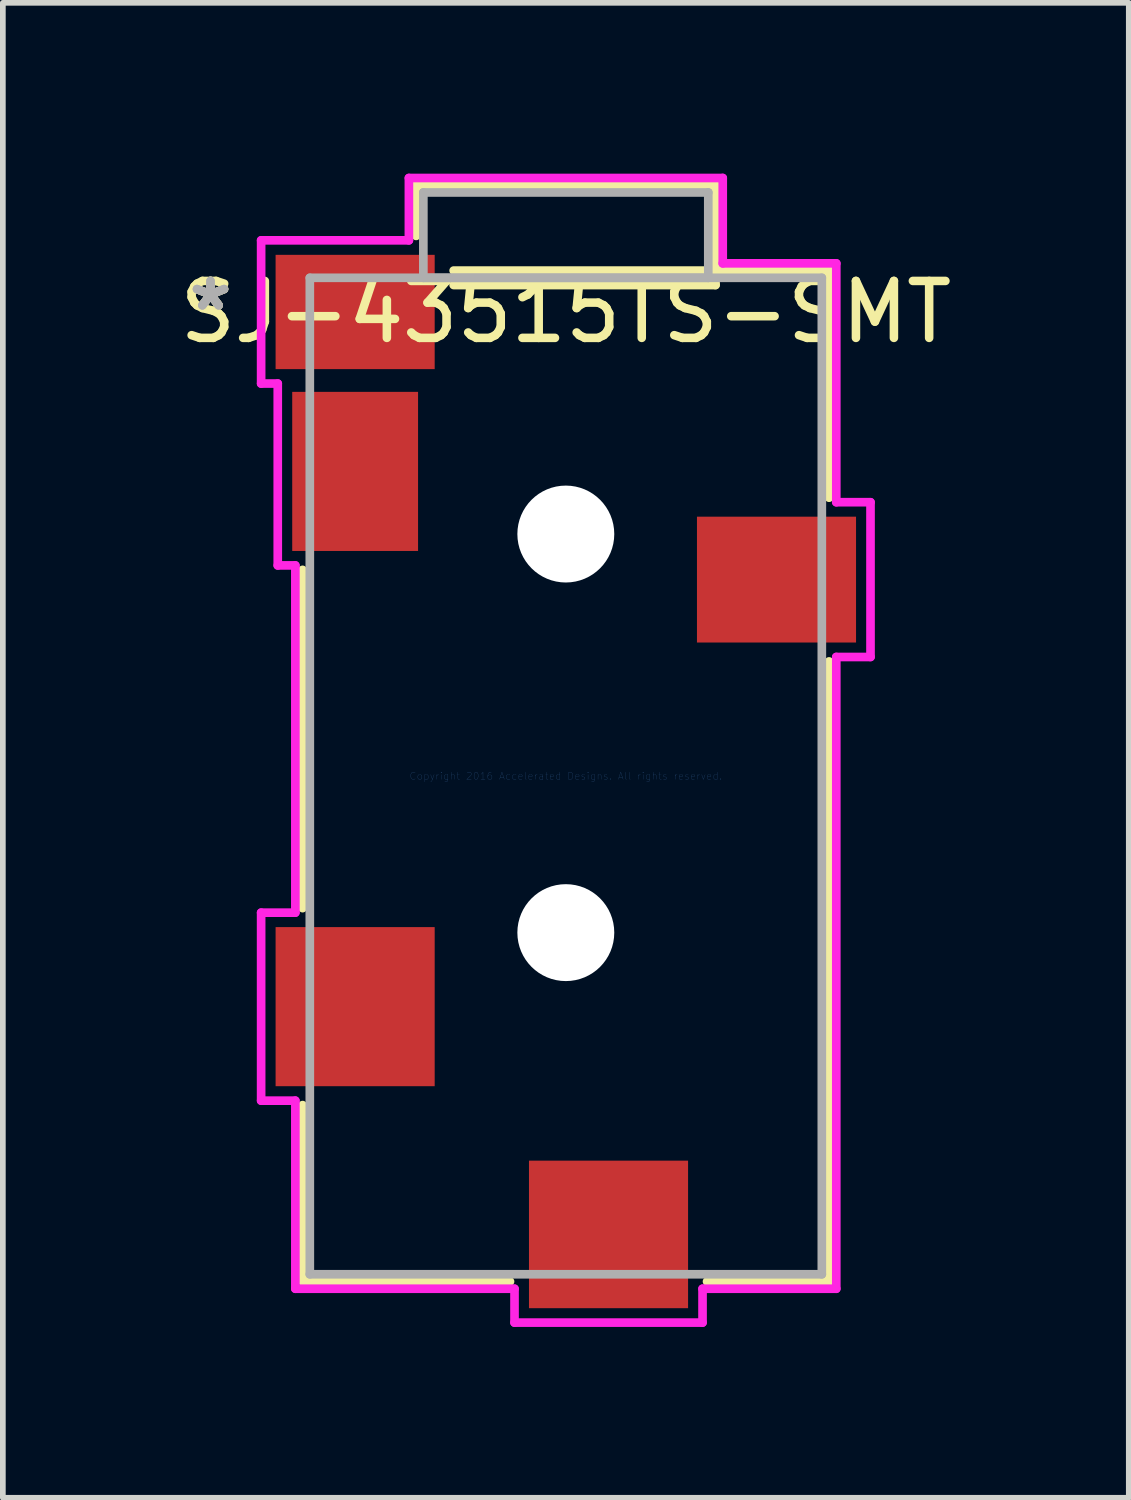
<source format=kicad_pcb>
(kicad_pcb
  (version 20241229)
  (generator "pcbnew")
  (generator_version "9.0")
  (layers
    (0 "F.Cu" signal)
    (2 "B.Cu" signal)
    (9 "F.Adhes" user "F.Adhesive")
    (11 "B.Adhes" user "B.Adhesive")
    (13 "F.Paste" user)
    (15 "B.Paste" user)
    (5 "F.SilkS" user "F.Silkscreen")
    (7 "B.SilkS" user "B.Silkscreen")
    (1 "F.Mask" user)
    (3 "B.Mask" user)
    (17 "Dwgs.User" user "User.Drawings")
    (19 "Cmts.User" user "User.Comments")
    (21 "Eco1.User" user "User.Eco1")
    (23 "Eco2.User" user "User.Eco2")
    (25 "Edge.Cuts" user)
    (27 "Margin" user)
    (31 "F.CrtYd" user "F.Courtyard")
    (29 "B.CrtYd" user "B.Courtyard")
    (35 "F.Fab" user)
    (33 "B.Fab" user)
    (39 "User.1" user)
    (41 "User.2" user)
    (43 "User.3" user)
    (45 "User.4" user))
  (footprint "SJ-43515TS-SMT"
    (layer "F.Cu")
    (at 6.887 10.579)
    (property "Reference" "SJ-43515TS-SMT" (at 0 -8.15 0) (layer "F.SilkS") (effects (font (size 1 1) (thickness 0.15))))
    (attr through_hole)
    (fp_line (start -4.623 -3.621) (end -4.623 2.32) (stroke (width 0.152) (type solid)) (layer "F.SilkS"))
    (fp_line (start -4.623 5.779) (end -4.623 8.877) (stroke (width 0.152) (type solid)) (layer "F.SilkS"))
    (fp_line (start -4.623 8.877) (end -0.98 8.877) (stroke (width 0.152) (type solid)) (layer "F.SilkS"))
    (fp_line (start -2.629 -10.376) (end -2.629 -9.486) (stroke (width 0.152) (type solid)) (layer "F.SilkS"))
    (fp_line (start -1.97 -8.623) (end 2.629 -8.623) (stroke (width 0.152) (type solid)) (layer "F.SilkS"))
    (fp_line (start 2.48 8.877) (end 4.623 8.877) (stroke (width 0.152) (type solid)) (layer "F.SilkS"))
    (fp_line (start 2.629 -10.376) (end -2.629 -10.376) (stroke (width 0.152) (type solid)) (layer "F.SilkS"))
    (fp_line (start 2.629 -8.623) (end 2.629 -10.376) (stroke (width 0.152) (type solid)) (layer "F.SilkS"))
    (fp_line (start 4.623 -8.877) (end -1.97 -8.877) (stroke (width 0.152) (type solid)) (layer "F.SilkS"))
    (fp_line (start 4.623 -4.888) (end 4.623 -8.877) (stroke (width 0.152) (type solid)) (layer "F.SilkS"))
    (fp_line (start 4.623 8.877) (end 4.623 -2.013) (stroke (width 0.152) (type solid)) (layer "F.SilkS"))
    (fp_line (start -5.351 -9.408) (end -5.351 -6.893) (stroke (width 0.152) (type solid)) (layer "F.CrtYd"))
    (fp_line (start -5.351 -6.893) (end -5.059 -6.893) (stroke (width 0.152) (type solid)) (layer "F.CrtYd"))
    (fp_line (start -5.351 2.399) (end -5.351 5.701) (stroke (width 0.152) (type solid)) (layer "F.CrtYd"))
    (fp_line (start -5.351 5.701) (end -4.75 5.701) (stroke (width 0.152) (type solid)) (layer "F.CrtYd"))
    (fp_line (start -5.059 -6.893) (end -5.059 -3.699) (stroke (width 0.152) (type solid)) (layer "F.CrtYd"))
    (fp_line (start -5.059 -3.699) (end -4.75 -3.699) (stroke (width 0.152) (type solid)) (layer "F.CrtYd"))
    (fp_line (start -4.75 -3.699) (end -4.75 2.399) (stroke (width 0.152) (type solid)) (layer "F.CrtYd"))
    (fp_line (start -4.75 2.399) (end -5.351 2.399) (stroke (width 0.152) (type solid)) (layer "F.CrtYd"))
    (fp_line (start -4.75 5.701) (end -4.75 9.004) (stroke (width 0.152) (type solid)) (layer "F.CrtYd"))
    (fp_line (start -4.75 9.004) (end -0.901 9.004) (stroke (width 0.152) (type solid)) (layer "F.CrtYd"))
    (fp_line (start -2.756 -10.503) (end -2.756 -9.408) (stroke (width 0.152) (type solid)) (layer "F.CrtYd"))
    (fp_line (start -2.756 -9.408) (end -5.351 -9.408) (stroke (width 0.152) (type solid)) (layer "F.CrtYd"))
    (fp_line (start -0.901 9.004) (end -0.901 9.599) (stroke (width 0.152) (type solid)) (layer "F.CrtYd"))
    (fp_line (start -0.901 9.599) (end 2.401 9.599) (stroke (width 0.152) (type solid)) (layer "F.CrtYd"))
    (fp_line (start 2.401 9.004) (end 4.75 9.004) (stroke (width 0.152) (type solid)) (layer "F.CrtYd"))
    (fp_line (start 2.401 9.599) (end 2.401 9.004) (stroke (width 0.152) (type solid)) (layer "F.CrtYd"))
    (fp_line (start 2.756 -10.503) (end -2.756 -10.503) (stroke (width 0.152) (type solid)) (layer "F.CrtYd"))
    (fp_line (start 2.756 -9.004) (end 2.756 -10.503) (stroke (width 0.152) (type solid)) (layer "F.CrtYd"))
    (fp_line (start 4.75 -9.004) (end 2.756 -9.004) (stroke (width 0.152) (type solid)) (layer "F.CrtYd"))
    (fp_line (start 4.75 -4.809) (end 4.75 -9.004) (stroke (width 0.152) (type solid)) (layer "F.CrtYd"))
    (fp_line (start 4.75 -2.091) (end 5.351 -2.091) (stroke (width 0.152) (type solid)) (layer "F.CrtYd"))
    (fp_line (start 4.75 9.004) (end 4.75 -2.091) (stroke (width 0.152) (type solid)) (layer "F.CrtYd"))
    (fp_line (start 5.351 -4.809) (end 4.75 -4.809) (stroke (width 0.152) (type solid)) (layer "F.CrtYd"))
    (fp_line (start 5.351 -2.091) (end 5.351 -4.809) (stroke (width 0.152) (type solid)) (layer "F.CrtYd"))
    (fp_line (start -4.496 -8.75) (end -4.496 8.75) (stroke (width 0.152) (type solid)) (layer "F.Fab"))
    (fp_line (start -4.496 8.75) (end 4.496 8.75) (stroke (width 0.152) (type solid)) (layer "F.Fab"))
    (fp_line (start -2.502 -10.249) (end -2.502 -8.75) (stroke (width 0.152) (type solid)) (layer "F.Fab"))
    (fp_line (start -2.502 -8.75) (end 2.502 -8.75) (stroke (width 0.152) (type solid)) (layer "F.Fab"))
    (fp_line (start 2.502 -10.249) (end -2.502 -10.249) (stroke (width 0.152) (type solid)) (layer "F.Fab"))
    (fp_line (start 2.502 -8.75) (end 2.502 -10.249) (stroke (width 0.152) (type solid)) (layer "F.Fab"))
    (fp_line (start 4.496 -8.75) (end -4.496 -8.75) (stroke (width 0.152) (type solid)) (layer "F.Fab"))
    (fp_line (start 4.496 8.75) (end 4.496 -8.75) (stroke (width 0.152) (type solid)) (layer "F.Fab"))
    (fp_text user "*" (at -6.24 -8.15 0) (layer "F.SilkS") (effects (font (size 1 1) (thickness 0.15))))
    (fp_text user "*" (at -6.24 -8.15 0) (layer "F.SilkS") (effects (font (size 1 1) (thickness 0.15))))
    (fp_text user "Copyright 2016 Accelerated Designs. All rights reserved." (at 0 0 0) (layer "Cmts.User") (effects (font (size 0.127 0.127) (thickness 0.002))))
    (fp_text user "*" (at -6.24 -8.15 0) (layer "F.Fab") (effects (font (size 1 1) (thickness 0.15))))
    (fp_text user "*" (at -6.24 -8.15 0) (layer "F.Fab") (effects (font (size 1 1) (thickness 0.15))))
    (pad "" np_thru_hole circle (at 0 -4.25) (size 1.702 1.702) (drill 1.702) (layers "*.Cu" "*.Mask"))
    (pad "" np_thru_hole circle (at 0 2.75) (size 1.702 1.702) (drill 1.702) (layers "*.Cu" "*.Mask"))
    (pad "1" smd rect (at -3.7 -8.15) (size 2.794 2.007) (layers "F.Cu" "F.Mask" "F.Paste"))
    (pad "2" smd rect (at -3.7 4.05) (size 2.794 2.794) (layers "F.Cu" "F.Mask" "F.Paste"))
    (pad "3" smd rect (at 3.7 -3.45) (size 2.794 2.21) (layers "F.Cu" "F.Mask" "F.Paste"))
    (pad "4" smd rect (at -3.7 -5.35) (size 2.21 2.794) (layers "F.Cu" "F.Mask" "F.Paste"))
    (pad "5" smd rect (at 0.75 8.05) (size 2.794 2.591) (layers "F.Cu" "F.Mask" "F.Paste")))
  (gr_rect
    (start -3 -3)
    (end 16.774 23.254)
    (stroke (width 0.1) (type default))
    (fill no)
    (layer "Edge.Cuts")))
</source>
